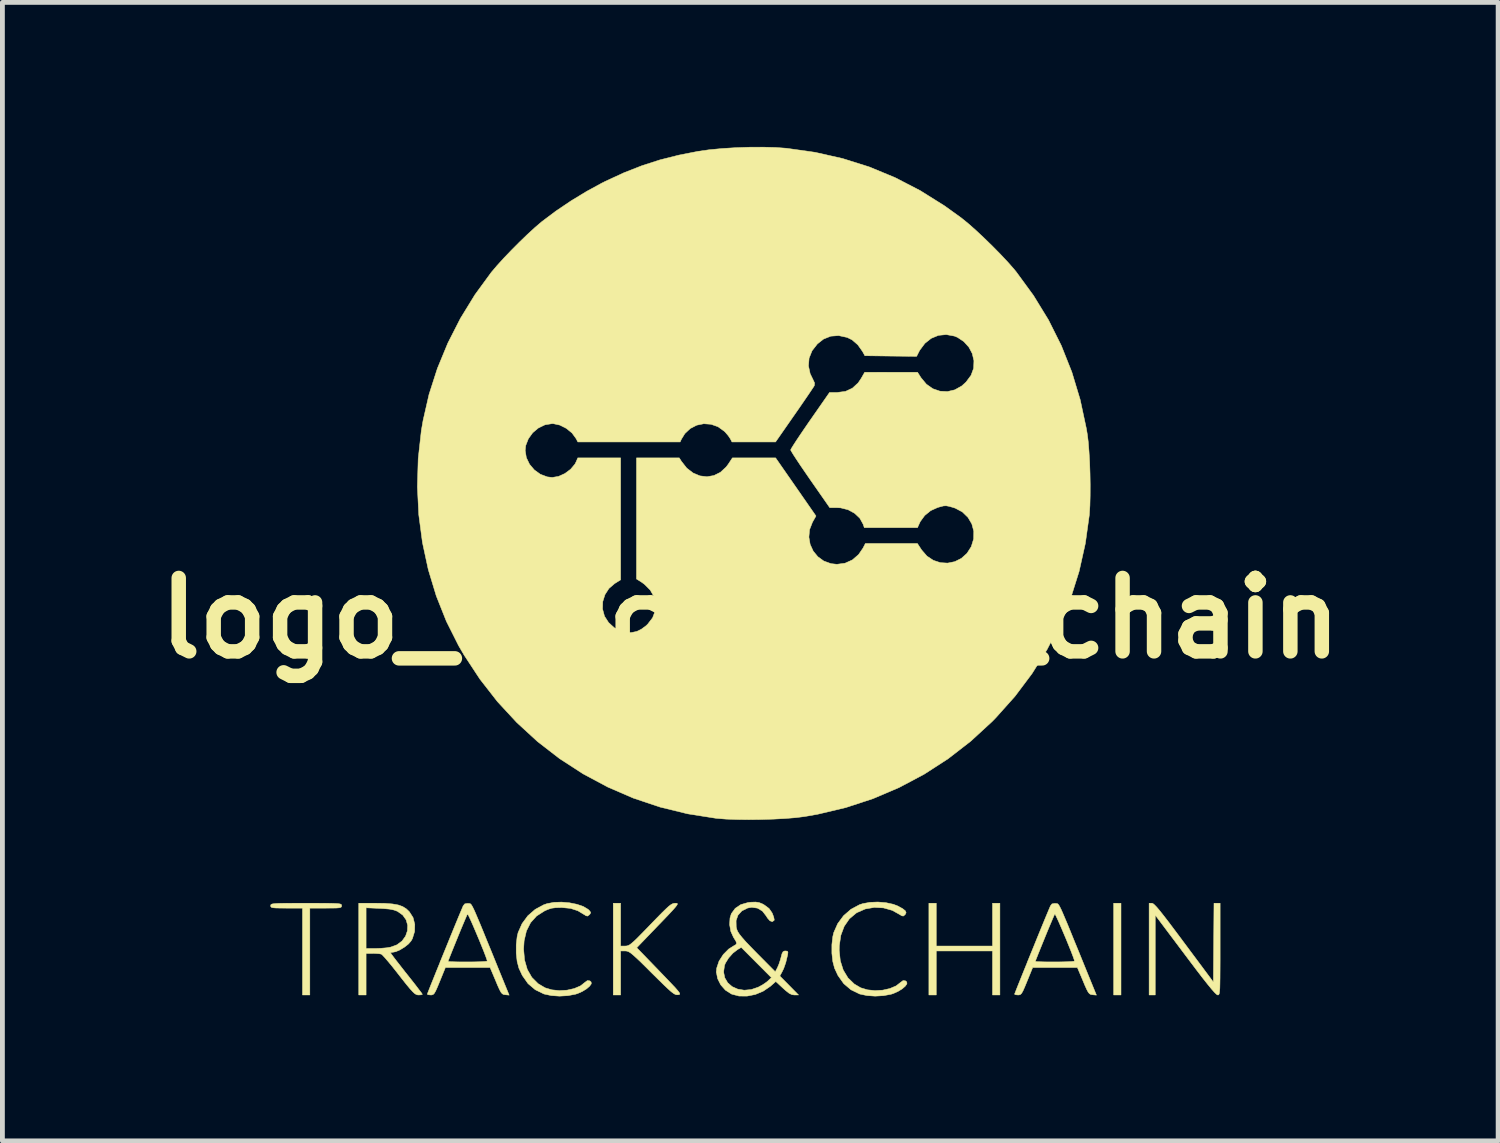
<source format=kicad_pcb>
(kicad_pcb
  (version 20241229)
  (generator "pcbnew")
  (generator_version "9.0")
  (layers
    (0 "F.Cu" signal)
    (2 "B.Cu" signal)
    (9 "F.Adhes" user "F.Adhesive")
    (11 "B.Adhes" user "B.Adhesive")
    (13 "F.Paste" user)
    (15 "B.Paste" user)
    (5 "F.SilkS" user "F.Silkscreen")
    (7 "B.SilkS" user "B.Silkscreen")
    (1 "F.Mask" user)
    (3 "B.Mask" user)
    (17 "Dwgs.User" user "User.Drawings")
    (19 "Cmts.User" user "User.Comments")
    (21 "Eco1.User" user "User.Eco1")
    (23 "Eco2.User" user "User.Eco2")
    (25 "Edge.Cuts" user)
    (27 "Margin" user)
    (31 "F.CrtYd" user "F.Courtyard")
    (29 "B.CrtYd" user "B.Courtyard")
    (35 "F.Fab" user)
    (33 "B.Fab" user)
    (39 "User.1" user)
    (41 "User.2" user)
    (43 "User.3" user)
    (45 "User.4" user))
  (footprint "logo_track_and_chain"
    (layer "F.Cu")
    (at 12.526 9.783)
    (property "Reference" "logo_track_and_chain" (at 0 0 0) (layer "F.SilkS") (effects (font (size 1.524 1.524) (thickness 0.3))))
    (attr through_hole)
    (fp_poly (pts (xy 7.696 7.823) (xy 7.544 7.823) (xy 7.544 5.918) (xy 7.696 5.918) (xy 7.696 7.823)) (stroke (width 0.01) (type solid)) (fill yes) (layer "F.SilkS"))
    (fp_poly (pts (xy 3.861 6.807) (xy 5.029 6.807) (xy 5.029 5.918) (xy 5.182 5.918) (xy 5.182 7.823) (xy 5.029 7.823) (xy 5.029 6.909) (xy 3.861 6.909) (xy 3.861 7.823) (xy 3.708 7.823) (xy 3.708 5.918) (xy 3.861 5.918) (xy 3.861 6.807)) (stroke (width 0.01) (type solid)) (fill yes) (layer "F.SilkS"))
    (fp_poly (pts (xy -9.008 5.918) (xy -8.841 5.919) (xy -8.713 5.92) (xy -8.621 5.923) (xy -8.557 5.927) (xy -8.517 5.933) (xy -8.495 5.942) (xy -8.486 5.953) (xy -8.484 5.967) (xy -8.484 5.969) (xy -8.486 5.99) (xy -8.5 6.004) (xy -8.533 6.013) (xy -8.593 6.018) (xy -8.689 6.019) (xy -8.814 6.02) (xy -9.144 6.02) (xy -9.144 7.823) (xy -9.296 7.823) (xy -9.296 6.02) (xy -9.627 6.02) (xy -9.761 6.019) (xy -9.854 6.017) (xy -9.911 6.012) (xy -9.942 6.003) (xy -9.955 5.988) (xy -9.957 5.969) (xy -9.955 5.954) (xy -9.947 5.943) (xy -9.927 5.934) (xy -9.889 5.928) (xy -9.828 5.923) (xy -9.739 5.92) (xy -9.616 5.919) (xy -9.453 5.918) (xy -9.246 5.918) (xy -9.22 5.918) (xy -9.008 5.918)) (stroke (width 0.01) (type solid)) (fill yes) (layer "F.SilkS"))
    (fp_poly (pts (xy 8.359 5.925) (xy 8.389 5.949) (xy 8.431 5.992) (xy 8.488 6.058) (xy 8.562 6.151) (xy 8.657 6.273) (xy 8.774 6.428) (xy 8.917 6.619) (xy 9.005 6.737) (xy 9.614 7.555) (xy 9.621 6.737) (xy 9.627 5.918) (xy 9.754 5.918) (xy 9.754 6.871) (xy 9.754 7.116) (xy 9.753 7.314) (xy 9.752 7.472) (xy 9.75 7.593) (xy 9.748 7.683) (xy 9.743 7.745) (xy 9.738 7.786) (xy 9.73 7.809) (xy 9.721 7.82) (xy 9.709 7.823) (xy 9.703 7.823) (xy 9.68 7.81) (xy 9.639 7.771) (xy 9.578 7.702) (xy 9.495 7.601) (xy 9.389 7.467) (xy 9.258 7.296) (xy 9.101 7.088) (xy 9.03 6.994) (xy 8.407 6.164) (xy 8.407 7.823) (xy 8.28 7.823) (xy 8.28 5.918) (xy 8.339 5.918) (xy 8.359 5.925)) (stroke (width 0.01) (type solid)) (fill yes) (layer "F.SilkS"))
    (fp_poly (pts (xy -2.692 6.807) (xy -2.597 6.807) (xy -2.566 6.805) (xy -2.535 6.797) (xy -2.499 6.778) (xy -2.455 6.743) (xy -2.395 6.69) (xy -2.316 6.612) (xy -2.213 6.507) (xy -2.079 6.369) (xy -2.074 6.363) (xy -1.938 6.223) (xy -1.833 6.116) (xy -1.752 6.037) (xy -1.692 5.982) (xy -1.646 5.947) (xy -1.611 5.928) (xy -1.58 5.92) (xy -1.557 5.918) (xy -1.531 5.919) (xy -1.515 5.924) (xy -1.513 5.938) (xy -1.528 5.965) (xy -1.563 6.009) (xy -1.621 6.074) (xy -1.706 6.165) (xy -1.821 6.285) (xy -1.913 6.38) (xy -2.357 6.842) (xy -1.889 7.326) (xy -1.749 7.472) (xy -1.641 7.585) (xy -1.561 7.669) (xy -1.508 7.73) (xy -1.476 7.771) (xy -1.464 7.796) (xy -1.467 7.81) (xy -1.482 7.816) (xy -1.502 7.819) (xy -1.529 7.819) (xy -1.558 7.811) (xy -1.593 7.791) (xy -1.641 7.755) (xy -1.704 7.699) (xy -1.789 7.619) (xy -1.9 7.51) (xy -2.042 7.37) (xy -2.044 7.368) (xy -2.185 7.227) (xy -2.296 7.118) (xy -2.382 7.038) (xy -2.446 6.981) (xy -2.495 6.943) (xy -2.532 6.922) (xy -2.564 6.912) (xy -2.594 6.909) (xy -2.599 6.909) (xy -2.692 6.909) (xy -2.692 7.823) (xy -2.845 7.823) (xy -2.845 5.918) (xy -2.692 5.918) (xy -2.692 6.807)) (stroke (width 0.01) (type solid)) (fill yes) (layer "F.SilkS"))
    (fp_poly (pts (xy 2.817 5.907) (xy 2.969 5.94) (xy 3.062 5.976) (xy 3.163 6.031) (xy 3.219 6.076) (xy 3.235 6.115) (xy 3.216 6.152) (xy 3.211 6.158) (xy 3.176 6.185) (xy 3.142 6.178) (xy 3.115 6.16) (xy 2.949 6.067) (xy 2.765 6.015) (xy 2.575 6.005) (xy 2.388 6.037) (xy 2.217 6.112) (xy 2.201 6.121) (xy 2.057 6.242) (xy 1.95 6.397) (xy 1.88 6.584) (xy 1.848 6.802) (xy 1.846 6.896) (xy 1.869 7.114) (xy 1.93 7.306) (xy 2.028 7.468) (xy 2.16 7.596) (xy 2.293 7.674) (xy 2.433 7.716) (xy 2.589 7.732) (xy 2.749 7.723) (xy 2.899 7.689) (xy 3.028 7.634) (xy 3.114 7.567) (xy 3.172 7.524) (xy 3.223 7.53) (xy 3.249 7.554) (xy 3.252 7.592) (xy 3.216 7.642) (xy 3.152 7.697) (xy 3.067 7.749) (xy 2.971 7.792) (xy 2.925 7.807) (xy 2.767 7.837) (xy 2.592 7.847) (xy 2.422 7.835) (xy 2.277 7.804) (xy 2.269 7.802) (xy 2.089 7.714) (xy 1.94 7.587) (xy 1.82 7.418) (xy 1.75 7.268) (xy 1.713 7.127) (xy 1.694 6.957) (xy 1.694 6.779) (xy 1.713 6.612) (xy 1.733 6.527) (xy 1.815 6.342) (xy 1.936 6.178) (xy 2.089 6.045) (xy 2.265 5.95) (xy 2.335 5.927) (xy 2.482 5.9) (xy 2.649 5.893) (xy 2.817 5.907)) (stroke (width 0.01) (type solid)) (fill yes) (layer "F.SilkS"))
    (fp_poly (pts (xy -3.754 5.909) (xy -3.6 5.94) (xy -3.466 5.986) (xy -3.366 6.046) (xy -3.341 6.07) (xy -3.313 6.108) (xy -3.324 6.138) (xy -3.342 6.158) (xy -3.378 6.185) (xy -3.411 6.178) (xy -3.438 6.16) (xy -3.581 6.074) (xy -3.732 6.025) (xy -3.91 6.008) (xy -3.924 6.008) (xy -4.04 6.011) (xy -4.126 6.022) (xy -4.205 6.048) (xy -4.273 6.079) (xy -4.437 6.184) (xy -4.561 6.322) (xy -4.647 6.493) (xy -4.695 6.697) (xy -4.706 6.871) (xy -4.686 7.097) (xy -4.629 7.294) (xy -4.535 7.458) (xy -4.404 7.589) (xy -4.26 7.674) (xy -4.121 7.716) (xy -3.964 7.732) (xy -3.804 7.723) (xy -3.654 7.689) (xy -3.525 7.634) (xy -3.44 7.567) (xy -3.382 7.524) (xy -3.33 7.53) (xy -3.304 7.554) (xy -3.301 7.592) (xy -3.337 7.642) (xy -3.401 7.697) (xy -3.486 7.749) (xy -3.582 7.792) (xy -3.629 7.807) (xy -3.787 7.837) (xy -3.961 7.847) (xy -4.131 7.835) (xy -4.276 7.804) (xy -4.284 7.802) (xy -4.464 7.714) (xy -4.614 7.587) (xy -4.733 7.418) (xy -4.803 7.268) (xy -4.84 7.127) (xy -4.859 6.957) (xy -4.859 6.779) (xy -4.84 6.612) (xy -4.82 6.527) (xy -4.738 6.342) (xy -4.618 6.179) (xy -4.465 6.046) (xy -4.289 5.951) (xy -4.219 5.927) (xy -4.076 5.9) (xy -3.917 5.895) (xy -3.754 5.909)) (stroke (width 0.01) (type solid)) (fill yes) (layer "F.SilkS"))
    (fp_poly (pts (xy -7.582 5.921) (xy -7.429 5.933) (xy -7.31 5.954) (xy -7.217 5.987) (xy -7.142 6.034) (xy -7.079 6.094) (xy -7.001 6.215) (xy -6.965 6.357) (xy -6.969 6.506) (xy -7.014 6.652) (xy -7.041 6.7) (xy -7.095 6.763) (xy -7.177 6.828) (xy -7.27 6.885) (xy -7.357 6.923) (xy -7.41 6.934) (xy -7.455 6.94) (xy -7.468 6.949) (xy -7.452 6.973) (xy -7.41 7.03) (xy -7.346 7.114) (xy -7.263 7.22) (xy -7.168 7.342) (xy -7.137 7.38) (xy -7.039 7.504) (xy -6.952 7.615) (xy -6.882 7.707) (xy -6.832 7.772) (xy -6.809 7.806) (xy -6.807 7.809) (xy -6.829 7.819) (xy -6.879 7.823) (xy -6.909 7.821) (xy -6.937 7.812) (xy -6.97 7.791) (xy -7.01 7.753) (xy -7.063 7.695) (xy -7.134 7.61) (xy -7.226 7.494) (xy -7.344 7.343) (xy -7.349 7.337) (xy -7.44 7.222) (xy -7.523 7.122) (xy -7.591 7.043) (xy -7.64 6.991) (xy -7.66 6.975) (xy -7.707 6.966) (xy -7.785 6.961) (xy -7.838 6.96) (xy -7.976 6.96) (xy -7.976 7.823) (xy -8.128 7.823) (xy -8.128 6.858) (xy -7.976 6.858) (xy -7.786 6.858) (xy -7.67 6.854) (xy -7.553 6.844) (xy -7.468 6.83) (xy -7.334 6.781) (xy -7.229 6.702) (xy -7.157 6.603) (xy -7.118 6.491) (xy -7.113 6.375) (xy -7.145 6.263) (xy -7.215 6.164) (xy -7.325 6.086) (xy -7.327 6.085) (xy -7.399 6.059) (xy -7.493 6.04) (xy -7.622 6.029) (xy -7.702 6.025) (xy -7.976 6.013) (xy -7.976 6.858) (xy -8.128 6.858) (xy -8.128 5.918) (xy -7.777 5.918) (xy -7.582 5.921)) (stroke (width 0.01) (type solid)) (fill yes) (layer "F.SilkS"))
    (fp_poly (pts (xy -5.857 5.923) (xy -5.841 5.924) (xy -5.827 5.924) (xy -5.815 5.928) (xy -5.801 5.938) (xy -5.785 5.959) (xy -5.765 5.994) (xy -5.739 6.046) (xy -5.706 6.12) (xy -5.664 6.219) (xy -5.61 6.346) (xy -5.545 6.504) (xy -5.466 6.699) (xy -5.37 6.932) (xy -5.258 7.208) (xy -5.232 7.272) (xy -5.006 7.826) (xy -5.087 7.818) (xy -5.122 7.813) (xy -5.15 7.797) (xy -5.177 7.765) (xy -5.208 7.707) (xy -5.249 7.616) (xy -5.284 7.531) (xy -5.402 7.252) (xy -6.329 7.252) (xy -6.445 7.537) (xy -6.495 7.658) (xy -6.531 7.739) (xy -6.559 7.788) (xy -6.584 7.813) (xy -6.612 7.822) (xy -6.634 7.823) (xy -6.685 7.818) (xy -6.706 7.806) (xy -6.696 7.781) (xy -6.67 7.714) (xy -6.63 7.613) (xy -6.578 7.484) (xy -6.517 7.332) (xy -6.449 7.165) (xy -6.434 7.126) (xy -6.274 7.126) (xy -6.25 7.13) (xy -6.184 7.133) (xy -6.083 7.136) (xy -5.958 7.137) (xy -5.867 7.137) (xy -5.73 7.136) (xy -5.613 7.133) (xy -5.524 7.128) (xy -5.471 7.123) (xy -5.461 7.118) (xy -5.47 7.084) (xy -5.495 7.014) (xy -5.532 6.917) (xy -5.579 6.801) (xy -5.631 6.673) (xy -5.686 6.543) (xy -5.739 6.418) (xy -5.787 6.308) (xy -5.828 6.219) (xy -5.856 6.161) (xy -5.87 6.141) (xy -5.87 6.141) (xy -5.883 6.168) (xy -5.912 6.234) (xy -5.952 6.329) (xy -6.001 6.445) (xy -6.054 6.574) (xy -6.108 6.707) (xy -6.16 6.835) (xy -6.206 6.949) (xy -6.243 7.042) (xy -6.267 7.104) (xy -6.274 7.126) (xy -6.434 7.126) (xy -6.378 6.988) (xy -6.304 6.807) (xy -6.232 6.629) (xy -6.163 6.46) (xy -6.1 6.307) (xy -6.045 6.174) (xy -6.001 6.069) (xy -5.971 5.998) (xy -5.961 5.974) (xy -5.928 5.932) (xy -5.872 5.922) (xy -5.857 5.923)) (stroke (width 0.01) (type solid)) (fill yes) (layer "F.SilkS"))
    (fp_poly (pts (xy 6.335 5.923) (xy 6.351 5.924) (xy 6.365 5.924) (xy 6.377 5.928) (xy 6.391 5.938) (xy 6.407 5.959) (xy 6.427 5.994) (xy 6.453 6.046) (xy 6.486 6.12) (xy 6.528 6.219) (xy 6.582 6.346) (xy 6.647 6.504) (xy 6.726 6.699) (xy 6.822 6.932) (xy 6.934 7.208) (xy 6.96 7.272) (xy 7.186 7.826) (xy 7.105 7.818) (xy 7.07 7.813) (xy 7.042 7.797) (xy 7.015 7.765) (xy 6.984 7.707) (xy 6.943 7.616) (xy 6.908 7.531) (xy 6.79 7.252) (xy 5.863 7.252) (xy 5.747 7.537) (xy 5.697 7.658) (xy 5.661 7.739) (xy 5.633 7.788) (xy 5.608 7.813) (xy 5.58 7.822) (xy 5.558 7.823) (xy 5.507 7.818) (xy 5.486 7.806) (xy 5.496 7.781) (xy 5.522 7.714) (xy 5.562 7.613) (xy 5.614 7.484) (xy 5.675 7.332) (xy 5.743 7.165) (xy 5.758 7.126) (xy 5.918 7.126) (xy 5.942 7.13) (xy 6.008 7.133) (xy 6.109 7.136) (xy 6.234 7.137) (xy 6.325 7.137) (xy 6.462 7.136) (xy 6.579 7.133) (xy 6.668 7.128) (xy 6.721 7.123) (xy 6.731 7.118) (xy 6.722 7.084) (xy 6.697 7.014) (xy 6.66 6.917) (xy 6.613 6.801) (xy 6.561 6.673) (xy 6.506 6.543) (xy 6.453 6.418) (xy 6.405 6.308) (xy 6.364 6.219) (xy 6.336 6.161) (xy 6.322 6.141) (xy 6.322 6.141) (xy 6.309 6.168) (xy 6.28 6.234) (xy 6.24 6.329) (xy 6.191 6.445) (xy 6.138 6.574) (xy 6.084 6.707) (xy 6.032 6.835) (xy 5.986 6.949) (xy 5.949 7.042) (xy 5.925 7.104) (xy 5.918 7.126) (xy 5.758 7.126) (xy 5.814 6.988) (xy 5.888 6.807) (xy 5.96 6.629) (xy 6.029 6.46) (xy 6.092 6.307) (xy 6.147 6.174) (xy 6.191 6.069) (xy 6.221 5.998) (xy 6.231 5.974) (xy 6.264 5.932) (xy 6.32 5.922) (xy 6.335 5.923)) (stroke (width 0.01) (type solid)) (fill yes) (layer "F.SilkS"))
    (fp_poly (pts (xy 0.184 5.905) (xy 0.252 5.932) (xy 0.294 5.956) (xy 0.389 6.027) (xy 0.451 6.116) (xy 0.461 6.137) (xy 0.487 6.208) (xy 0.497 6.26) (xy 0.495 6.274) (xy 0.457 6.301) (xy 0.408 6.283) (xy 0.356 6.224) (xy 0.333 6.186) (xy 0.253 6.082) (xy 0.149 6.02) (xy 0.029 6.003) (xy -0.055 6.018) (xy -0.174 6.077) (xy -0.255 6.166) (xy -0.295 6.28) (xy -0.292 6.413) (xy -0.28 6.46) (xy -0.262 6.505) (xy -0.228 6.558) (xy -0.175 6.625) (xy -0.099 6.712) (xy 0.007 6.823) (xy 0.135 6.954) (xy 0.519 7.341) (xy 0.563 7.258) (xy 0.595 7.183) (xy 0.626 7.088) (xy 0.638 7.042) (xy 0.659 6.964) (xy 0.681 6.924) (xy 0.712 6.91) (xy 0.73 6.909) (xy 0.771 6.914) (xy 0.782 6.94) (xy 0.775 6.991) (xy 0.737 7.15) (xy 0.694 7.273) (xy 0.661 7.341) (xy 0.613 7.429) (xy 0.808 7.626) (xy 1.002 7.823) (xy 0.917 7.823) (xy 0.864 7.816) (xy 0.807 7.788) (xy 0.737 7.733) (xy 0.681 7.683) (xy 0.53 7.543) (xy 0.415 7.644) (xy 0.27 7.743) (xy 0.106 7.812) (xy -0.067 7.846) (xy -0.235 7.845) (xy -0.386 7.805) (xy -0.394 7.801) (xy -0.517 7.722) (xy -0.614 7.612) (xy -0.678 7.484) (xy -0.704 7.348) (xy -0.704 7.346) (xy -0.554 7.346) (xy -0.529 7.467) (xy -0.468 7.57) (xy -0.376 7.65) (xy -0.259 7.702) (xy -0.125 7.724) (xy 0.021 7.71) (xy 0.165 7.661) (xy 0.254 7.613) (xy 0.335 7.558) (xy 0.366 7.532) (xy 0.439 7.463) (xy 0.126 7.149) (xy -0.187 6.835) (xy -0.261 6.878) (xy -0.36 6.954) (xy -0.45 7.055) (xy -0.516 7.162) (xy -0.535 7.21) (xy -0.554 7.346) (xy -0.704 7.346) (xy -0.698 7.268) (xy -0.649 7.121) (xy -0.561 6.983) (xy -0.448 6.869) (xy -0.34 6.801) (xy -0.298 6.777) (xy -0.284 6.749) (xy -0.299 6.705) (xy -0.344 6.633) (xy -0.348 6.627) (xy -0.404 6.503) (xy -0.429 6.363) (xy -0.421 6.225) (xy -0.393 6.135) (xy -0.313 6.025) (xy -0.197 5.947) (xy -0.048 5.904) (xy 0.015 5.897) (xy 0.113 5.894) (xy 0.184 5.905)) (stroke (width 0.01) (type solid)) (fill yes) (layer "F.SilkS"))
    (fp_poly (pts (xy 0.532 -9.771) (xy 0.751 -9.755) (xy 1.345 -9.671) (xy 1.917 -9.542) (xy 2.47 -9.368) (xy 3.006 -9.146) (xy 3.526 -8.877) (xy 4.034 -8.559) (xy 4.381 -8.309) (xy 4.518 -8.198) (xy 4.677 -8.058) (xy 4.849 -7.897) (xy 5.025 -7.726) (xy 5.195 -7.553) (xy 5.349 -7.389) (xy 5.478 -7.242) (xy 5.522 -7.188) (xy 5.88 -6.698) (xy 6.192 -6.189) (xy 6.457 -5.659) (xy 6.676 -5.108) (xy 6.849 -4.535) (xy 6.976 -3.941) (xy 6.998 -3.81) (xy 7.017 -3.655) (xy 7.032 -3.461) (xy 7.045 -3.241) (xy 7.053 -3.006) (xy 7.057 -2.77) (xy 7.056 -2.543) (xy 7.051 -2.337) (xy 7.04 -2.166) (xy 7.039 -2.146) (xy 6.956 -1.551) (xy 6.827 -0.972) (xy 6.65 -0.409) (xy 6.428 0.133) (xy 6.16 0.654) (xy 5.849 1.151) (xy 5.495 1.623) (xy 5.099 2.066) (xy 5.019 2.148) (xy 4.575 2.556) (xy 4.105 2.92) (xy 3.61 3.24) (xy 3.09 3.516) (xy 2.548 3.747) (xy 1.984 3.932) (xy 1.399 4.071) (xy 1.13 4.118) (xy 0.95 4.141) (xy 0.731 4.159) (xy 0.487 4.172) (xy 0.229 4.18) (xy -0.03 4.183) (xy -0.278 4.18) (xy -0.502 4.172) (xy -0.69 4.157) (xy -0.711 4.155) (xy -1.301 4.062) (xy -1.873 3.922) (xy -2.428 3.736) (xy -2.962 3.505) (xy -3.473 3.231) (xy -3.959 2.916) (xy -4.418 2.561) (xy -4.848 2.166) (xy -5.247 1.735) (xy -5.612 1.267) (xy -5.942 0.765) (xy -6.055 0.572) (xy -6.309 0.066) (xy -6.519 -0.462) (xy -6.685 -1.009) (xy -6.806 -1.571) (xy -6.882 -2.145) (xy -6.911 -2.726) (xy -6.894 -3.31) (xy -6.875 -3.48) (xy -4.673 -3.48) (xy -4.649 -3.332) (xy -4.583 -3.195) (xy -4.483 -3.077) (xy -4.358 -2.987) (xy -4.215 -2.933) (xy -4.112 -2.921) (xy -3.98 -2.943) (xy -3.848 -3.003) (xy -3.73 -3.091) (xy -3.641 -3.197) (xy -3.616 -3.245) (xy -3.581 -3.327) (xy -2.692 -3.327) (xy -2.692 -0.795) (xy -2.815 -0.719) (xy -2.934 -0.617) (xy -3.017 -0.488) (xy -3.063 -0.342) (xy -3.067 -0.19) (xy -3.027 -0.043) (xy -3.025 -0.038) (xy -2.941 0.092) (xy -2.825 0.198) (xy -2.691 0.271) (xy -2.549 0.303) (xy -2.53 0.304) (xy -2.458 0.297) (xy -2.371 0.279) (xy -2.352 0.274) (xy -2.262 0.23) (xy -2.163 0.157) (xy -2.13 0.125) (xy -2.028 -0.007) (xy -1.973 -0.151) (xy -1.963 -0.299) (xy -1.998 -0.445) (xy -2.077 -0.583) (xy -2.198 -0.704) (xy -2.266 -0.753) (xy -2.362 -0.813) (xy -2.362 -3.327) (xy -1.918 -3.327) (xy -1.474 -3.327) (xy -1.431 -3.258) (xy -1.319 -3.115) (xy -1.188 -3.014) (xy -1.046 -2.954) (xy -0.899 -2.936) (xy -0.755 -2.961) (xy -0.62 -3.028) (xy -0.501 -3.138) (xy -0.458 -3.195) (xy -0.371 -3.327) (xy 0.077 -3.327) (xy 0.526 -3.327) (xy 0.945 -2.724) (xy 1.364 -2.121) (xy 1.291 -1.992) (xy 1.231 -1.838) (xy 1.217 -1.682) (xy 1.243 -1.531) (xy 1.306 -1.393) (xy 1.402 -1.276) (xy 1.526 -1.186) (xy 1.674 -1.132) (xy 1.798 -1.118) (xy 1.968 -1.141) (xy 2.121 -1.21) (xy 2.249 -1.321) (xy 2.34 -1.454) (xy 2.389 -1.549) (xy 3.47 -1.549) (xy 3.557 -1.416) (xy 3.668 -1.288) (xy 3.801 -1.2) (xy 3.946 -1.152) (xy 4.097 -1.143) (xy 4.245 -1.173) (xy 4.382 -1.241) (xy 4.499 -1.346) (xy 4.588 -1.485) (xy 4.637 -1.645) (xy 4.64 -1.805) (xy 4.599 -1.957) (xy 4.519 -2.092) (xy 4.404 -2.204) (xy 4.256 -2.283) (xy 4.214 -2.297) (xy 4.126 -2.322) (xy 4.066 -2.333) (xy 4.011 -2.33) (xy 3.941 -2.312) (xy 3.889 -2.297) (xy 3.745 -2.232) (xy 3.621 -2.131) (xy 3.53 -2.007) (xy 3.518 -1.982) (xy 3.472 -1.88) (xy 2.367 -1.88) (xy 2.343 -1.95) (xy 2.274 -2.075) (xy 2.166 -2.177) (xy 2.03 -2.251) (xy 1.875 -2.29) (xy 1.799 -2.294) (xy 1.65 -2.294) (xy 1.244 -2.876) (xy 1.139 -3.029) (xy 1.043 -3.169) (xy 0.962 -3.291) (xy 0.898 -3.389) (xy 0.856 -3.458) (xy 0.838 -3.491) (xy 0.838 -3.492) (xy 0.852 -3.521) (xy 0.892 -3.586) (xy 0.953 -3.681) (xy 1.033 -3.801) (xy 1.127 -3.939) (xy 1.231 -4.091) (xy 1.242 -4.106) (xy 1.646 -4.686) (xy 1.809 -4.686) (xy 1.978 -4.708) (xy 2.121 -4.775) (xy 2.24 -4.885) (xy 2.299 -4.972) (xy 2.375 -5.104) (xy 2.924 -5.105) (xy 3.472 -5.105) (xy 3.543 -4.993) (xy 3.656 -4.857) (xy 3.79 -4.763) (xy 3.938 -4.712) (xy 4.093 -4.704) (xy 4.246 -4.74) (xy 4.391 -4.821) (xy 4.479 -4.901) (xy 4.583 -5.041) (xy 4.637 -5.188) (xy 4.643 -5.345) (xy 4.608 -5.494) (xy 4.538 -5.626) (xy 4.432 -5.743) (xy 4.301 -5.83) (xy 4.237 -5.856) (xy 4.069 -5.887) (xy 3.906 -5.871) (xy 3.756 -5.809) (xy 3.625 -5.705) (xy 3.518 -5.562) (xy 3.503 -5.534) (xy 3.453 -5.435) (xy 2.916 -5.441) (xy 2.379 -5.448) (xy 2.33 -5.537) (xy 2.232 -5.675) (xy 2.113 -5.778) (xy 2.011 -5.828) (xy 1.835 -5.866) (xy 1.671 -5.854) (xy 1.521 -5.794) (xy 1.393 -5.693) (xy 1.283 -5.552) (xy 1.221 -5.398) (xy 1.208 -5.237) (xy 1.243 -5.075) (xy 1.3 -4.958) (xy 1.335 -4.882) (xy 1.33 -4.828) (xy 1.31 -4.796) (xy 1.265 -4.728) (xy 1.199 -4.63) (xy 1.116 -4.509) (xy 1.02 -4.369) (xy 0.916 -4.22) (xy 0.525 -3.658) (xy -0.38 -3.658) (xy -0.416 -3.727) (xy -0.458 -3.789) (xy -0.518 -3.859) (xy -0.538 -3.879) (xy -0.67 -3.974) (xy -0.815 -4.025) (xy -0.966 -4.036) (xy -1.112 -4.006) (xy -1.246 -3.937) (xy -1.358 -3.832) (xy -1.43 -3.715) (xy -1.456 -3.658) (xy -2.518 -3.658) (xy -3.58 -3.658) (xy -3.617 -3.729) (xy -3.701 -3.844) (xy -3.819 -3.94) (xy -3.954 -4.008) (xy -4.092 -4.038) (xy -4.115 -4.038) (xy -4.262 -4.014) (xy -4.399 -3.948) (xy -4.517 -3.849) (xy -4.607 -3.724) (xy -4.662 -3.583) (xy -4.673 -3.48) (xy -6.875 -3.48) (xy -6.829 -3.894) (xy -6.793 -4.103) (xy -6.669 -4.646) (xy -6.496 -5.184) (xy -6.278 -5.712) (xy -6.017 -6.224) (xy -5.715 -6.716) (xy -5.376 -7.18) (xy -5.369 -7.188) (xy -5.258 -7.319) (xy -5.118 -7.473) (xy -4.959 -7.639) (xy -4.791 -7.808) (xy -4.624 -7.969) (xy -4.468 -8.112) (xy -4.333 -8.227) (xy -4.318 -8.239) (xy -4.036 -8.451) (xy -3.723 -8.662) (xy -3.399 -8.859) (xy -3.082 -9.032) (xy -3.01 -9.068) (xy -2.623 -9.247) (xy -2.25 -9.393) (xy -1.875 -9.514) (xy -1.482 -9.613) (xy -1.079 -9.692) (xy -0.854 -9.724) (xy -0.592 -9.749) (xy -0.308 -9.767) (xy -0.017 -9.777) (xy 0.268 -9.778) (xy 0.532 -9.771)) (stroke (width 0.01) (type solid)) (fill yes) (layer "F.SilkS")))
  (gr_rect
    (start -3 -3)
    (end 28.052 20.635)
    (stroke (width 0.1) (type default))
    (fill no)
    (layer "Edge.Cuts")))
</source>
